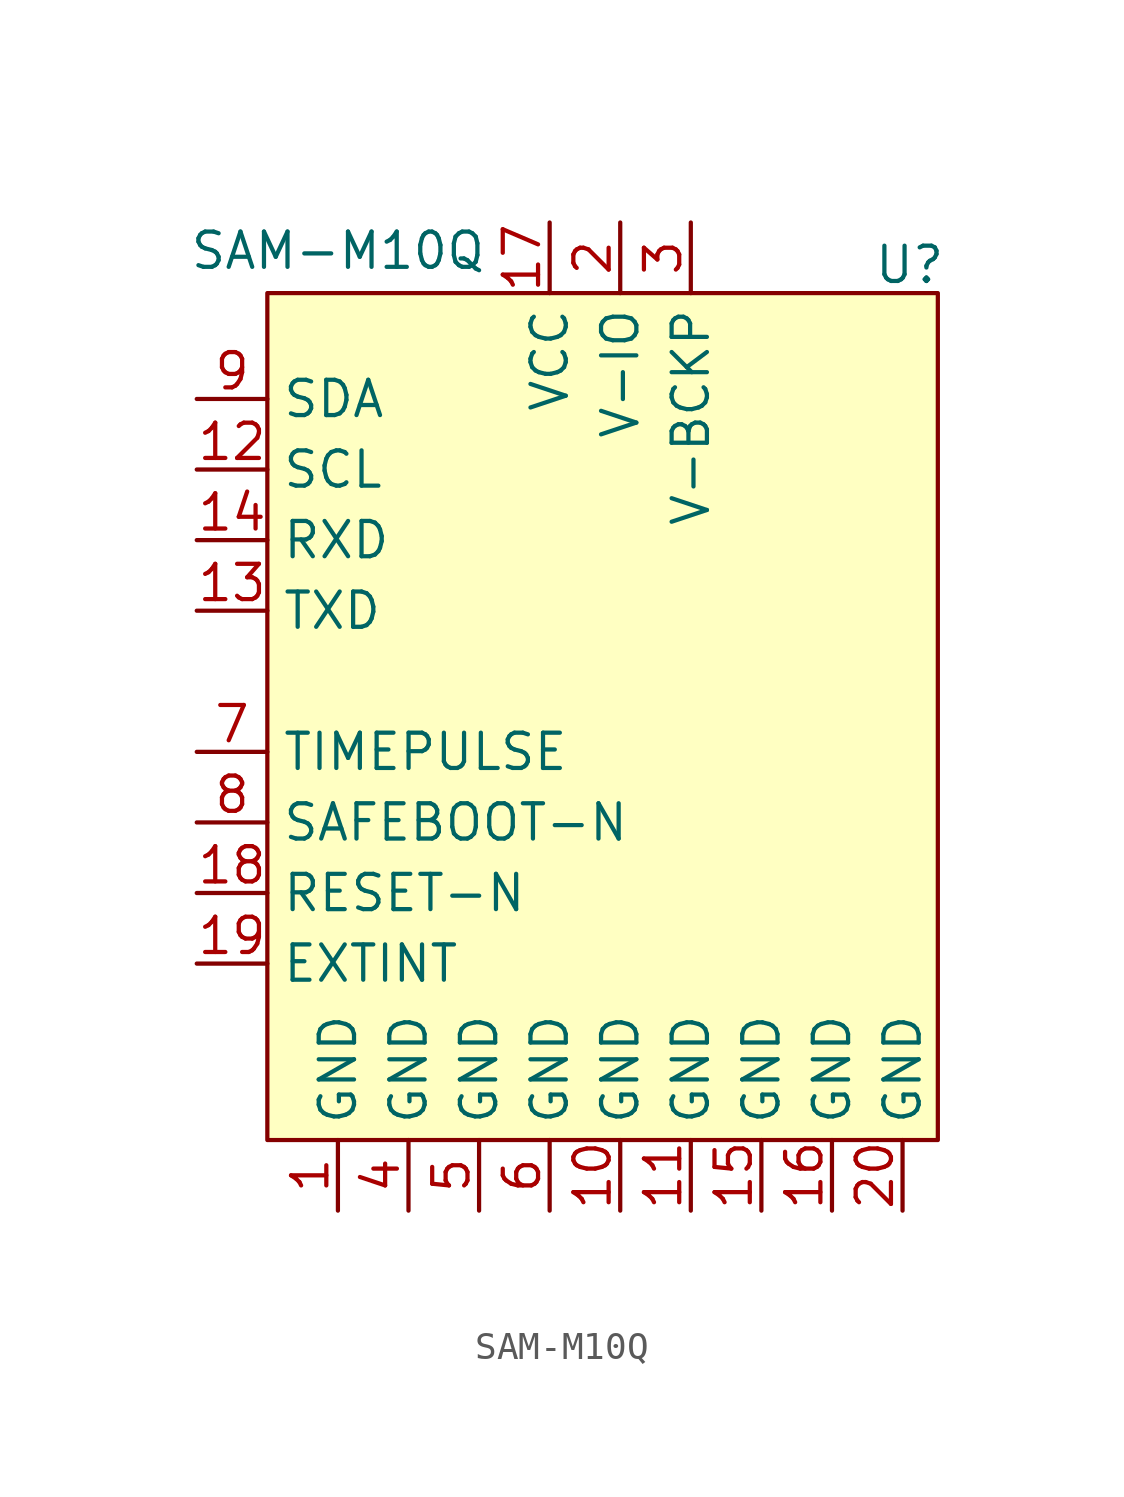
<source format=kicad_sym>
(kicad_symbol_lib
  (version 20231120)
  (generator "kicad_symbol_editor")
  (generator_version "8.0")
  (symbol "SAM-M10Q"
    (property "Reference" "U"
      (at 10.414 14.986 0)
      (effects (font (size 1.27 1.27))))
    (property "Value" "SAM-M10Q"
      (at -10.16 15.494 0)
      (effects (font (size 1.27 1.27))))
    (symbol "SAM-M10Q_0_0"
      (pin power_in line (at -10.16 -19.05 90) (length 2.54) (name "GND" (effects (font (size 1.27 1.27)))) (number "1" (effects (font (size 1.27 1.27)))))
      (pin power_in line (at 0 -19.05 90) (length 2.54) (name "GND" (effects (font (size 1.27 1.27)))) (number "10" (effects (font (size 1.27 1.27)))))
      (pin power_in line (at 2.54 -19.05 90) (length 2.54) (name "GND" (effects (font (size 1.27 1.27)))) (number "11" (effects (font (size 1.27 1.27)))))
      (pin input line (at -15.24 7.62 0) (length 2.54) (name "SCL" (effects (font (size 1.27 1.27)))) (number "12" (effects (font (size 1.27 1.27)))))
      (pin output line (at -15.24 2.54 0) (length 2.54) (name "TXD" (effects (font (size 1.27 1.27)))) (number "13" (effects (font (size 1.27 1.27)))))
      (pin input line (at -15.24 5.08 0) (length 2.54) (name "RXD" (effects (font (size 1.27 1.27)))) (number "14" (effects (font (size 1.27 1.27)))))
      (pin power_in line (at 5.08 -19.05 90) (length 2.54) (name "GND" (effects (font (size 1.27 1.27)))) (number "15" (effects (font (size 1.27 1.27)))))
      (pin power_in line (at 7.62 -19.05 90) (length 2.54) (name "GND" (effects (font (size 1.27 1.27)))) (number "16" (effects (font (size 1.27 1.27)))))
      (pin power_in line (at -2.54 16.51 270) (length 2.54) (name "VCC" (effects (font (size 1.27 1.27)))) (number "17" (effects (font (size 1.27 1.27)))))
      (pin input line (at -15.24 -7.62 0) (length 2.54) (name "RESET-N" (effects (font (size 1.27 1.27)))) (number "18" (effects (font (size 1.27 1.27)))))
      (pin input line (at -15.24 -10.16 0) (length 2.54) (name "EXTINT" (effects (font (size 1.27 1.27)))) (number "19" (effects (font (size 1.27 1.27)))))
      (pin power_in line (at 0 16.51 270) (length 2.54) (name "V-IO" (effects (font (size 1.27 1.27)))) (number "2" (effects (font (size 1.27 1.27)))))
      (pin power_in line (at 10.16 -19.05 90) (length 2.54) (name "GND" (effects (font (size 1.27 1.27)))) (number "20" (effects (font (size 1.27 1.27)))))
      (pin power_in line (at 2.54 16.51 270) (length 2.54) (name "V-BCKP" (effects (font (size 1.27 1.27)))) (number "3" (effects (font (size 1.27 1.27)))))
      (pin power_in line (at -7.62 -19.05 90) (length 2.54) (name "GND" (effects (font (size 1.27 1.27)))) (number "4" (effects (font (size 1.27 1.27)))))
      (pin power_in line (at -5.08 -19.05 90) (length 2.54) (name "GND" (effects (font (size 1.27 1.27)))) (number "5" (effects (font (size 1.27 1.27)))))
      (pin power_in line (at -2.54 -19.05 90) (length 2.54) (name "GND" (effects (font (size 1.27 1.27)))) (number "6" (effects (font (size 1.27 1.27)))))
      (pin output line (at -15.24 -2.54 0) (length 2.54) (name "TIMEPULSE" (effects (font (size 1.27 1.27)))) (number "7" (effects (font (size 1.27 1.27)))))
      (pin input line (at -15.24 -5.08 0) (length 2.54) (name "SAFEBOOT-N" (effects (font (size 1.27 1.27)))) (number "8" (effects (font (size 1.27 1.27)))))
      (pin bidirectional line (at -15.24 10.16 0) (length 2.54) (name "SDA" (effects (font (size 1.27 1.27)))) (number "9" (effects (font (size 1.27 1.27))))))
    (symbol "SAM-M10Q_1_1"
      (rectangle (start -12.7 13.97) (end 11.43 -16.51) (stroke (width 0) (type default)) (fill (type background))))))
</source>
